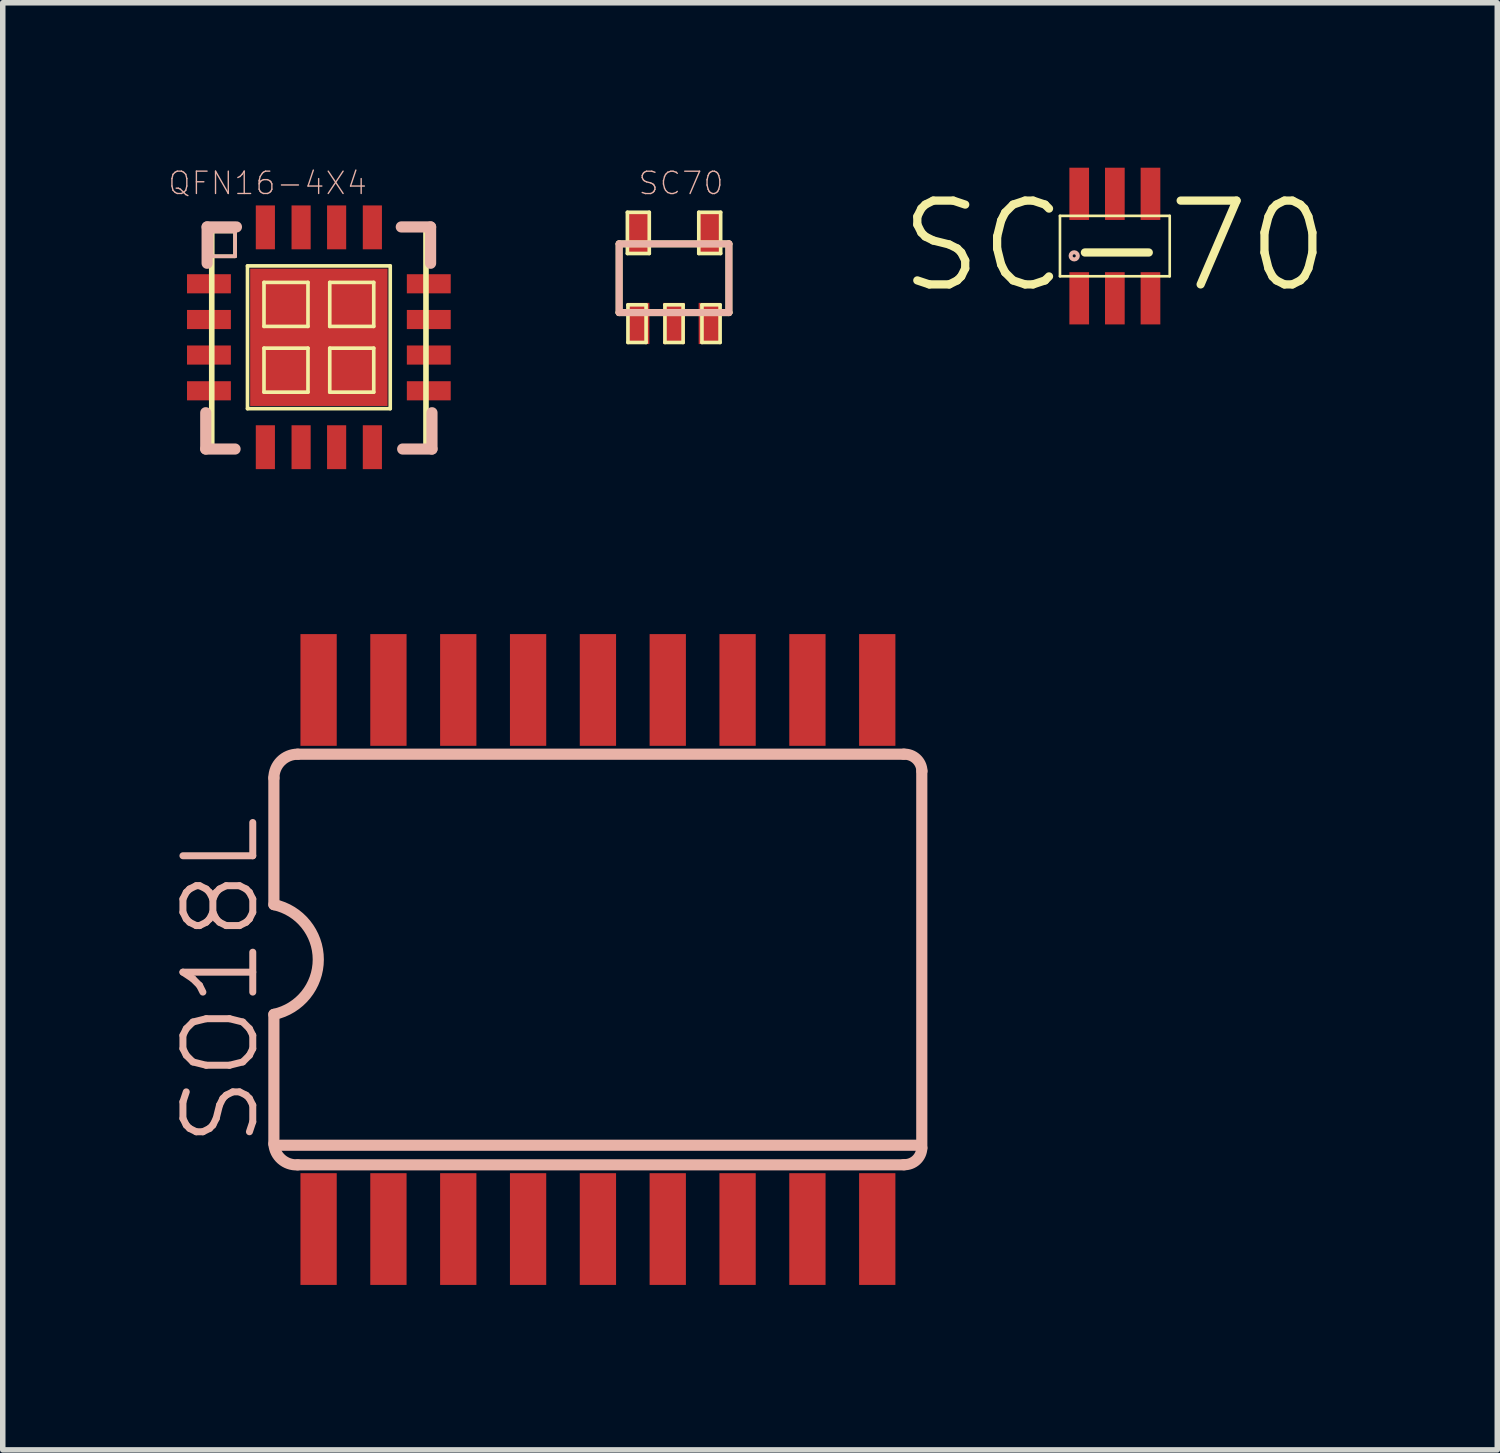
<source format=kicad_pcb>
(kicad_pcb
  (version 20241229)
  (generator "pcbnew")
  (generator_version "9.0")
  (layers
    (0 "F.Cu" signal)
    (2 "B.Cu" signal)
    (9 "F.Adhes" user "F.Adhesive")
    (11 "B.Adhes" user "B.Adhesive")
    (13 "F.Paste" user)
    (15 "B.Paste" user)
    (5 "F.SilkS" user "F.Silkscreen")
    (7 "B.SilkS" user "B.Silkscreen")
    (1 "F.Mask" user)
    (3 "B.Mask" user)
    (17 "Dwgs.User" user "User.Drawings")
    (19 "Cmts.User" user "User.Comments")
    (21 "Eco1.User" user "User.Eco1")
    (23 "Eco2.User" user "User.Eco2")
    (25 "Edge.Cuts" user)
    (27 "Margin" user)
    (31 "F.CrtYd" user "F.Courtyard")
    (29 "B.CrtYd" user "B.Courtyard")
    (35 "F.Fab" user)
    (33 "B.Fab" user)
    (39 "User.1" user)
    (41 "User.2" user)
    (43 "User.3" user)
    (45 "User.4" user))
  (footprint "SC-70"
    (layer "F.Cu")
    (at 17.225 1.425)
    (property "Reference" "SC-70" (at 0 0 0) (layer "F.SilkS") (effects (font (size 1.524 1.524) (thickness 0.15))))
    (attr smd)
    (fp_line (start -0.998 -0.549) (end -0.998 0.549) (stroke (width 0.048) (type solid)) (layer "F.SilkS"))
    (fp_line (start -0.998 0.549) (end 0.998 0.549) (stroke (width 0.048) (type solid)) (layer "F.SilkS"))
    (fp_line (start 0.998 -0.549) (end -0.998 -0.549) (stroke (width 0.048) (type solid)) (layer "F.SilkS"))
    (fp_line (start 0.998 0.549) (end 0.998 -0.549) (stroke (width 0.048) (type solid)) (layer "F.SilkS"))
    (fp_circle (center -0.739 0.178) (end -0.785 0.224) (stroke (width 0.074) (type solid)) (fill no) (layer "B.SilkS"))
    (pad "1" smd rect (at -0.648 0.95) (size 0.358 0.95) (layers "F.Cu" "F.Mask" "F.Paste"))
    (pad "2" smd rect (at 0 0.95) (size 0.358 0.95) (layers "F.Cu" "F.Mask" "F.Paste"))
    (pad "3" smd rect (at 0.648 0.95) (size 0.358 0.95) (layers "F.Cu" "F.Mask" "F.Paste"))
    (pad "4" smd rect (at 0.648 -0.95) (size 0.358 0.95) (layers "F.Cu" "F.Mask" "F.Paste"))
    (pad "5" smd rect (at 0 -0.95) (size 0.358 0.95) (layers "F.Cu" "F.Mask" "F.Paste"))
    (pad "6" smd rect (at -0.648 -0.95) (size 0.358 0.95) (layers "F.Cu" "F.Mask" "F.Paste")))
  (footprint "SO18L"
    (layer "F.Cu")
    (at 3.379 14.4)
    (property "Reference" "SO18L" (at -2.413 0.381 90) (layer "B.SilkS") (effects (font (size 1.27 1.27) (thickness 0.127))))
    (attr smd)
    (fp_line (start -1.448 -3.302) (end -1.448 -0.998) (stroke (width 0.203) (type solid)) (layer "B.SilkS"))
    (fp_line (start -1.448 0.998) (end -1.448 3.353) (stroke (width 0.203) (type solid)) (layer "B.SilkS"))
    (fp_line (start -1.326 3.378) (end 10.262 3.378) (stroke (width 0.203) (type solid)) (layer "B.SilkS"))
    (fp_line (start -1.016 3.734) (end 10.008 3.734) (stroke (width 0.203) (type solid)) (layer "B.SilkS"))
    (fp_line (start 10.008 -3.734) (end -1.016 -3.734) (stroke (width 0.203) (type solid)) (layer "B.SilkS"))
    (fp_line (start 10.335 3.429) (end 10.335 -3.429) (stroke (width 0.203) (type solid)) (layer "B.SilkS"))
    (fp_arc (start -1.4478 -3.302) (mid -1.321329 -3.607329) (end -1.016 -3.7338) (stroke (width 0.2032) (type solid)) (layer "B.SilkS"))
    (fp_arc (start -1.4478 -0.99822) (mid -0.640393 0.000265) (end -1.448319 0.998331) (stroke (width 0.2032) (type solid)) (layer "B.SilkS"))
    (fp_arc (start -1.016 3.7338) (mid -1.310808 3.632729) (end -1.4478 3.3528) (stroke (width 0.2032) (type solid)) (layer "B.SilkS"))
    (fp_arc (start 10.0076 -3.7338) (mid 10.235826 -3.649787) (end 10.3378 -3.429) (stroke (width 0.2032) (type solid)) (layer "B.SilkS"))
    (fp_arc (start 10.33526 3.429) (mid 10.23403 3.647991) (end 10.0076 3.73126) (stroke (width 0.2032) (type solid)) (layer "B.SilkS"))
    (pad "1" smd rect (at -0.635 4.902) (size 0.66 2.032) (layers "F.Cu" "F.Mask" "F.Paste"))
    (pad "2" smd rect (at 0.635 4.902) (size 0.66 2.032) (layers "F.Cu" "F.Mask" "F.Paste"))
    (pad "3" smd rect (at 1.905 4.902) (size 0.66 2.032) (layers "F.Cu" "F.Mask" "F.Paste"))
    (pad "4" smd rect (at 3.175 4.902) (size 0.66 2.032) (layers "F.Cu" "F.Mask" "F.Paste"))
    (pad "5" smd rect (at 4.445 4.902) (size 0.66 2.032) (layers "F.Cu" "F.Mask" "F.Paste"))
    (pad "6" smd rect (at 5.715 4.902) (size 0.66 2.032) (layers "F.Cu" "F.Mask" "F.Paste"))
    (pad "7" smd rect (at 6.985 4.902) (size 0.66 2.032) (layers "F.Cu" "F.Mask" "F.Paste"))
    (pad "8" smd rect (at 8.255 4.902) (size 0.66 2.032) (layers "F.Cu" "F.Mask" "F.Paste"))
    (pad "9" smd rect (at 9.525 4.902) (size 0.66 2.032) (layers "F.Cu" "F.Mask" "F.Paste"))
    (pad "10" smd rect (at 9.525 -4.902) (size 0.66 2.032) (layers "F.Cu" "F.Mask" "F.Paste"))
    (pad "11" smd rect (at 8.255 -4.902) (size 0.66 2.032) (layers "F.Cu" "F.Mask" "F.Paste"))
    (pad "12" smd rect (at 6.985 -4.902) (size 0.66 2.032) (layers "F.Cu" "F.Mask" "F.Paste"))
    (pad "13" smd rect (at 5.715 -4.902) (size 0.66 2.032) (layers "F.Cu" "F.Mask" "F.Paste"))
    (pad "14" smd rect (at 4.445 -4.902) (size 0.66 2.032) (layers "F.Cu" "F.Mask" "F.Paste"))
    (pad "15" smd rect (at 3.175 -4.902) (size 0.66 2.032) (layers "F.Cu" "F.Mask" "F.Paste"))
    (pad "16" smd rect (at 1.905 -4.902) (size 0.66 2.032) (layers "F.Cu" "F.Mask" "F.Paste"))
    (pad "17" smd rect (at 0.635 -4.902) (size 0.66 2.032) (layers "F.Cu" "F.Mask" "F.Paste"))
    (pad "18" smd rect (at -0.635 -4.902) (size 0.66 2.032) (layers "F.Cu" "F.Mask" "F.Paste")))
  (footprint "QFN16-4X4"
    (layer "F.Cu")
    (at 2.749 3.084)
    (property "Reference" "QFN16-4X4" (at -0.932 -2.802 0) (layer "B.SilkS") (effects (font (size 0.406 0.406) (thickness 0.025))))
    (attr smd)
    (fp_line (start -1.948 -1.923) (end -1.948 1.948) (stroke (width 0.102) (type solid)) (layer "F.SilkS"))
    (fp_line (start -1.948 -1.923) (end -1.524 -1.923) (stroke (width 0.066) (type solid)) (layer "F.SilkS"))
    (fp_line (start -1.948 -1.473) (end -1.948 -1.923) (stroke (width 0.066) (type solid)) (layer "F.SilkS"))
    (fp_line (start -1.948 -1.473) (end -1.524 -1.473) (stroke (width 0.066) (type solid)) (layer "F.SilkS"))
    (fp_line (start -1.524 -1.473) (end -1.524 -1.923) (stroke (width 0.066) (type solid)) (layer "F.SilkS"))
    (fp_line (start -1.298 -1.298) (end 1.298 -1.298) (stroke (width 0.066) (type solid)) (layer "F.SilkS"))
    (fp_line (start -1.298 1.298) (end -1.298 -1.298) (stroke (width 0.066) (type solid)) (layer "F.SilkS"))
    (fp_line (start -1.298 1.298) (end 1.298 1.298) (stroke (width 0.066) (type solid)) (layer "F.SilkS"))
    (fp_line (start -0.998 -0.998) (end -0.198 -0.998) (stroke (width 0.066) (type solid)) (layer "F.SilkS"))
    (fp_line (start -0.998 -0.198) (end -0.998 -0.998) (stroke (width 0.066) (type solid)) (layer "F.SilkS"))
    (fp_line (start -0.998 -0.198) (end -0.198 -0.198) (stroke (width 0.066) (type solid)) (layer "F.SilkS"))
    (fp_line (start -0.998 0.198) (end -0.198 0.198) (stroke (width 0.066) (type solid)) (layer "F.SilkS"))
    (fp_line (start -0.998 0.998) (end -0.998 0.198) (stroke (width 0.066) (type solid)) (layer "F.SilkS"))
    (fp_line (start -0.998 0.998) (end -0.198 0.998) (stroke (width 0.066) (type solid)) (layer "F.SilkS"))
    (fp_line (start -0.198 -0.198) (end -0.198 -0.998) (stroke (width 0.066) (type solid)) (layer "F.SilkS"))
    (fp_line (start -0.198 0.998) (end -0.198 0.198) (stroke (width 0.066) (type solid)) (layer "F.SilkS"))
    (fp_line (start 0.198 -0.998) (end 0.998 -0.998) (stroke (width 0.066) (type solid)) (layer "F.SilkS"))
    (fp_line (start 0.198 -0.198) (end 0.198 -0.998) (stroke (width 0.066) (type solid)) (layer "F.SilkS"))
    (fp_line (start 0.198 -0.198) (end 0.998 -0.198) (stroke (width 0.066) (type solid)) (layer "F.SilkS"))
    (fp_line (start 0.198 0.198) (end 0.998 0.198) (stroke (width 0.066) (type solid)) (layer "F.SilkS"))
    (fp_line (start 0.198 0.998) (end 0.198 0.198) (stroke (width 0.066) (type solid)) (layer "F.SilkS"))
    (fp_line (start 0.198 0.998) (end 0.998 0.998) (stroke (width 0.066) (type solid)) (layer "F.SilkS"))
    (fp_line (start 0.998 -0.198) (end 0.998 -0.998) (stroke (width 0.066) (type solid)) (layer "F.SilkS"))
    (fp_line (start 0.998 0.998) (end 0.998 0.198) (stroke (width 0.066) (type solid)) (layer "F.SilkS"))
    (fp_line (start 1.298 1.298) (end 1.298 -1.298) (stroke (width 0.066) (type solid)) (layer "F.SilkS"))
    (fp_line (start 1.948 1.948) (end 1.948 -1.923) (stroke (width 0.102) (type solid)) (layer "F.SilkS"))
    (fp_line (start -2.057 2.032) (end -2.057 1.372) (stroke (width 0.203) (type solid)) (layer "B.SilkS"))
    (fp_line (start -2.032 -2.007) (end -2.032 -1.346) (stroke (width 0.203) (type solid)) (layer "B.SilkS"))
    (fp_line (start -2.032 -2.007) (end -1.499 -2.007) (stroke (width 0.203) (type solid)) (layer "B.SilkS"))
    (fp_line (start -1.948 -1.923) (end -1.524 -1.923) (stroke (width 0.066) (type solid)) (layer "B.SilkS"))
    (fp_line (start -1.948 -1.473) (end -1.948 -1.923) (stroke (width 0.066) (type solid)) (layer "B.SilkS"))
    (fp_line (start -1.948 -1.473) (end -1.524 -1.473) (stroke (width 0.066) (type solid)) (layer "B.SilkS"))
    (fp_line (start -1.524 -1.473) (end -1.524 -1.923) (stroke (width 0.066) (type solid)) (layer "B.SilkS"))
    (fp_line (start -1.524 2.032) (end -2.057 2.032) (stroke (width 0.203) (type solid)) (layer "B.SilkS"))
    (fp_line (start 1.499 -2.007) (end 2.032 -2.007) (stroke (width 0.203) (type solid)) (layer "B.SilkS"))
    (fp_line (start 2.032 -2.007) (end 2.032 -1.346) (stroke (width 0.203) (type solid)) (layer "B.SilkS"))
    (fp_line (start 2.057 2.032) (end 1.524 2.032) (stroke (width 0.203) (type solid)) (layer "B.SilkS"))
    (fp_line (start 2.057 2.032) (end 2.057 1.372) (stroke (width 0.203) (type solid)) (layer "B.SilkS"))
    (pad "1" smd rect (at -1.999 -0.973) (size 0.798 0.348) (layers "F.Cu" "F.Mask" "F.Paste"))
    (pad "2" smd rect (at -1.999 -0.323) (size 0.798 0.348) (layers "F.Cu" "F.Mask" "F.Paste"))
    (pad "3" smd rect (at -1.999 0.323) (size 0.798 0.348) (layers "F.Cu" "F.Mask" "F.Paste"))
    (pad "4" smd rect (at -1.999 0.973) (size 0.798 0.348) (layers "F.Cu" "F.Mask" "F.Paste"))
    (pad "5" smd rect (at -0.973 1.999 90) (size 0.798 0.348) (layers "F.Cu" "F.Mask" "F.Paste"))
    (pad "6" smd rect (at -0.323 1.999 90) (size 0.798 0.348) (layers "F.Cu" "F.Mask" "F.Paste"))
    (pad "7" smd rect (at 0.323 1.999 90) (size 0.798 0.348) (layers "F.Cu" "F.Mask" "F.Paste"))
    (pad "8" smd rect (at 0.973 1.999 90) (size 0.798 0.348) (layers "F.Cu" "F.Mask" "F.Paste"))
    (pad "9" smd rect (at 1.999 0.973 180) (size 0.798 0.348) (layers "F.Cu" "F.Mask" "F.Paste"))
    (pad "10" smd rect (at 1.999 0.323 180) (size 0.798 0.348) (layers "F.Cu" "F.Mask" "F.Paste"))
    (pad "11" smd rect (at 1.999 -0.323 180) (size 0.798 0.348) (layers "F.Cu" "F.Mask" "F.Paste"))
    (pad "12" smd rect (at 1.999 -0.973 180) (size 0.798 0.348) (layers "F.Cu" "F.Mask" "F.Paste"))
    (pad "13" smd rect (at 0.973 -1.999 270) (size 0.798 0.348) (layers "F.Cu" "F.Mask" "F.Paste"))
    (pad "14" smd rect (at 0.323 -1.999 270) (size 0.798 0.348) (layers "F.Cu" "F.Mask" "F.Paste"))
    (pad "15" smd rect (at -0.323 -1.999 270) (size 0.798 0.348) (layers "F.Cu" "F.Mask" "F.Paste"))
    (pad "16" smd rect (at -0.973 -1.999 270) (size 0.798 0.348) (layers "F.Cu" "F.Mask" "F.Paste"))
    (pad "EXP" smd rect (at 0 0) (size 2.499 2.499) (layers "F.Cu" "F.Mask" "F.Paste")))
  (footprint "SC70"
    (layer "F.Cu")
    (at 9.208 2.01)
    (property "Reference" "SC70" (at 0.127 -1.727 0) (layer "B.SilkS") (effects (font (size 0.406 0.406) (thickness 0.025))))
    (attr smd)
    (fp_line (start -0.998 -0.625) (end 0.998 -0.625) (stroke (width 0.127) (type solid)) (layer "F.SilkS"))
    (fp_line (start -0.998 0.625) (end -0.998 -0.625) (stroke (width 0.127) (type solid)) (layer "F.SilkS"))
    (fp_line (start -0.998 0.625) (end 0.998 0.625) (stroke (width 0.127) (type solid)) (layer "F.SilkS"))
    (fp_line (start -0.998 0.625) (end 0.998 0.625) (stroke (width 0.127) (type solid)) (layer "F.SilkS"))
    (fp_line (start -0.848 -1.199) (end -0.45 -1.199) (stroke (width 0.066) (type solid)) (layer "F.SilkS"))
    (fp_line (start -0.848 -0.45) (end -0.848 -1.199) (stroke (width 0.066) (type solid)) (layer "F.SilkS"))
    (fp_line (start -0.848 -0.45) (end -0.45 -0.45) (stroke (width 0.066) (type solid)) (layer "F.SilkS"))
    (fp_line (start -0.838 0.483) (end -0.508 0.483) (stroke (width 0.066) (type solid)) (layer "F.SilkS"))
    (fp_line (start -0.838 1.168) (end -0.838 0.483) (stroke (width 0.066) (type solid)) (layer "F.SilkS"))
    (fp_line (start -0.838 1.168) (end -0.508 1.168) (stroke (width 0.066) (type solid)) (layer "F.SilkS"))
    (fp_line (start -0.508 1.168) (end -0.508 0.483) (stroke (width 0.066) (type solid)) (layer "F.SilkS"))
    (fp_line (start -0.45 -0.45) (end -0.45 -1.199) (stroke (width 0.066) (type solid)) (layer "F.SilkS"))
    (fp_line (start -0.165 0.483) (end 0.165 0.483) (stroke (width 0.066) (type solid)) (layer "F.SilkS"))
    (fp_line (start -0.165 1.168) (end -0.165 0.483) (stroke (width 0.066) (type solid)) (layer "F.SilkS"))
    (fp_line (start -0.165 1.168) (end 0.165 1.168) (stroke (width 0.066) (type solid)) (layer "F.SilkS"))
    (fp_line (start 0.165 1.168) (end 0.165 0.483) (stroke (width 0.066) (type solid)) (layer "F.SilkS"))
    (fp_line (start 0.45 -1.199) (end 0.848 -1.199) (stroke (width 0.066) (type solid)) (layer "F.SilkS"))
    (fp_line (start 0.45 -0.45) (end 0.45 -1.199) (stroke (width 0.066) (type solid)) (layer "F.SilkS"))
    (fp_line (start 0.45 -0.45) (end 0.848 -0.45) (stroke (width 0.066) (type solid)) (layer "F.SilkS"))
    (fp_line (start 0.508 0.483) (end 0.838 0.483) (stroke (width 0.066) (type solid)) (layer "F.SilkS"))
    (fp_line (start 0.508 1.168) (end 0.508 0.483) (stroke (width 0.066) (type solid)) (layer "F.SilkS"))
    (fp_line (start 0.508 1.168) (end 0.838 1.168) (stroke (width 0.066) (type solid)) (layer "F.SilkS"))
    (fp_line (start 0.838 1.168) (end 0.838 0.483) (stroke (width 0.066) (type solid)) (layer "F.SilkS"))
    (fp_line (start 0.848 -0.45) (end 0.848 -1.199) (stroke (width 0.066) (type solid)) (layer "F.SilkS"))
    (fp_line (start 0.998 -0.625) (end 0.998 0.625) (stroke (width 0.127) (type solid)) (layer "F.SilkS"))
    (fp_line (start -0.998 -0.625) (end 0.998 -0.625) (stroke (width 0.127) (type solid)) (layer "B.SilkS"))
    (fp_line (start -0.998 0.625) (end -0.998 -0.625) (stroke (width 0.127) (type solid)) (layer "B.SilkS"))
    (fp_line (start -0.998 0.625) (end 0.998 0.625) (stroke (width 0.127) (type solid)) (layer "B.SilkS"))
    (fp_line (start 0.998 -0.625) (end 0.998 0.625) (stroke (width 0.127) (type solid)) (layer "B.SilkS"))
    (pad "1" smd rect (at -0.648 0.823) (size 0.399 0.749) (layers "F.Cu" "F.Mask" "F.Paste"))
    (pad "2" smd rect (at 0 0.823) (size 0.399 0.749) (layers "F.Cu" "F.Mask" "F.Paste"))
    (pad "3" smd rect (at 0.648 0.823) (size 0.399 0.749) (layers "F.Cu" "F.Mask" "F.Paste"))
    (pad "4" smd rect (at 0.648 -0.823) (size 0.399 0.749) (layers "F.Cu" "F.Mask" "F.Paste"))
    (pad "5" smd rect (at -0.648 -0.823) (size 0.399 0.749) (layers "F.Cu" "F.Mask" "F.Paste")))
  (gr_rect
    (start -3 -3)
    (end 24.18 23.318)
    (stroke (width 0.1) (type default))
    (fill no)
    (layer "Edge.Cuts")))
</source>
